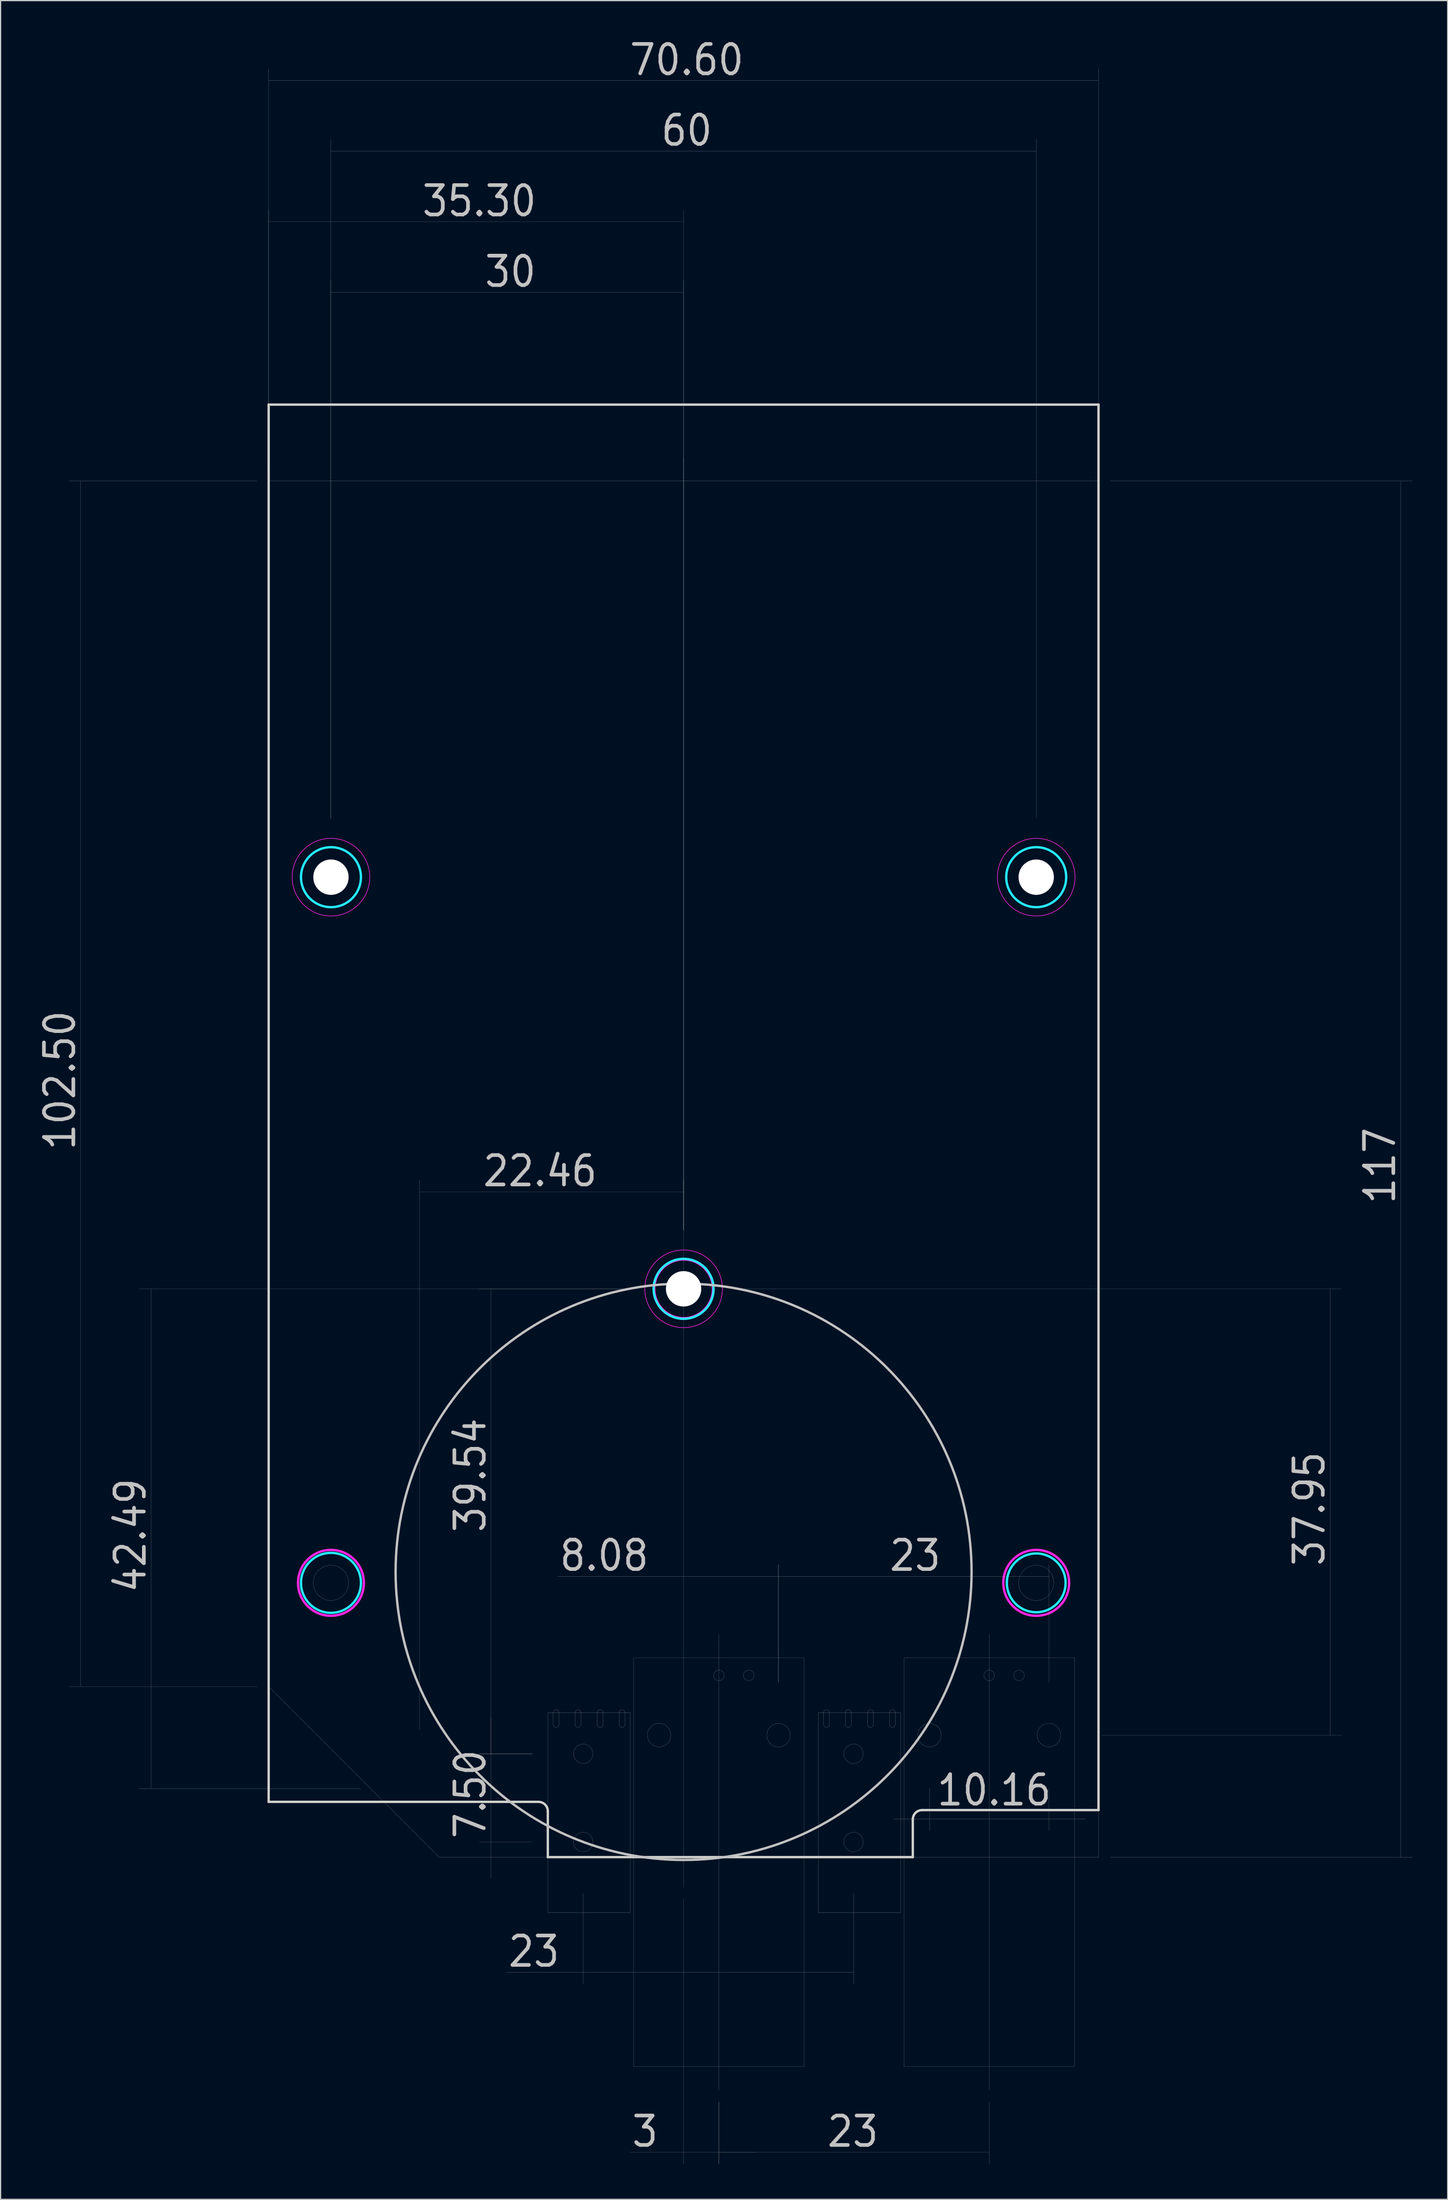
<source format=kicad_pcb>
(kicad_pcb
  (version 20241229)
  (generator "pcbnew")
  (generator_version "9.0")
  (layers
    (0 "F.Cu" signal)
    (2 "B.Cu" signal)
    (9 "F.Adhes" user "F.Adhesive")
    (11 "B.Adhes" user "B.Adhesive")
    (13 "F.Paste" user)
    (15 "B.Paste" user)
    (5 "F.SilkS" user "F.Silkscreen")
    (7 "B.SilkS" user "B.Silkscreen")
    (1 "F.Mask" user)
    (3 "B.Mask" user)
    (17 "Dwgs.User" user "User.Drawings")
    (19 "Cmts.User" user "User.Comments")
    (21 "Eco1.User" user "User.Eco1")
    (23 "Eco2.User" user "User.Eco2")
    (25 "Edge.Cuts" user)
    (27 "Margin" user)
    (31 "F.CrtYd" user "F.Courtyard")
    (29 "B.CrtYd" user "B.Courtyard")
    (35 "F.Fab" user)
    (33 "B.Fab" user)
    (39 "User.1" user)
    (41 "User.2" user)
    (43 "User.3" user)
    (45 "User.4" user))
  (footprint "biggerPCB"
    (layer "F.Cu")
    (at 16.307 154.852)
    (property "Reference" "biggerPCB" (at 5.4 -2.95 0) (layer "Eco1.User") (effects (font (size 0.6 0.6) (thickness 0.1))))
    (attr exclude_from_pos_files exclude_from_bom)
    (fp_line (start -12.5 -117) (end -12.5 -14.5) (stroke (width 0.01) (type solid)) (layer "Dwgs.User"))
    (fp_line (start -6.5 -5.835) (end -6.5 -48.32) (stroke (width 0.01) (type solid)) (layer "Dwgs.User"))
    (fp_line (start 2.5 -117) (end -13.5 -117) (stroke (width 0.01) (type solid)) (layer "Dwgs.User"))
    (fp_line (start 2.5 -14.5) (end -13.5 -14.5) (stroke (width 0.01) (type solid)) (layer "Dwgs.User"))
    (fp_line (start 3.5 -118) (end 3.5 -152.045) (stroke (width 0.01) (type solid)) (layer "Dwgs.User"))
    (fp_line (start 3.5 -118) (end 3.5 -140.045) (stroke (width 0.01) (type solid)) (layer "Dwgs.User"))
    (fp_line (start 3.5 -117) (end 3.5 -14.5) (stroke (width 0.01) (type solid)) (layer "Dwgs.User"))
    (fp_line (start 3.5 -14.5) (end 18 -0.000001) (stroke (width 0.01) (type solid)) (layer "Dwgs.User"))
    (fp_line (start 8.8 -145.045) (end 68.8 -145.045) (stroke (width 0.01) (type solid)) (layer "Dwgs.User"))
    (fp_line (start 8.8 -133.045) (end 38.8 -133.045) (stroke (width 0.01) (type solid)) (layer "Dwgs.User"))
    (fp_line (start 8.8 -88.32) (end 8.8 -146.045) (stroke (width 0.01) (type solid)) (layer "Dwgs.User"))
    (fp_line (start 8.8 -88.32) (end 8.8 -134.045) (stroke (width 0.01) (type solid)) (layer "Dwgs.User"))
    (fp_line (start 11.335 -5.835) (end -7.5 -5.835) (stroke (width 0.01) (type solid)) (layer "Dwgs.User"))
    (fp_line (start 16.335 -10.835) (end 16.335 -57.574) (stroke (width 0.01) (type solid)) (layer "Dwgs.User"))
    (fp_line (start 18 -0.000001) (end 74.1 -0.000001) (stroke (width 0.01) (type solid)) (layer "Dwgs.User"))
    (fp_line (start 22.418 -48.32) (end 22.418 -8.785) (stroke (width 0.01) (type solid)) (layer "Dwgs.User"))
    (fp_line (start 22.418 -8.785) (end 22.418 -11.885) (stroke (width 0.01) (type solid)) (layer "Dwgs.User"))
    (fp_line (start 22.418 -1.285) (end 22.418 -8.785) (stroke (width 0.01) (type solid)) (layer "Dwgs.User"))
    (fp_line (start 22.418 -1.285) (end 22.418 1.815) (stroke (width 0.01) (type solid)) (layer "Dwgs.User"))
    (fp_line (start 25.935 -8.785) (end 21.418 -8.785) (stroke (width 0.01) (type solid)) (layer "Dwgs.User"))
    (fp_line (start 25.935 -8.785) (end 21.418 -8.785) (stroke (width 0.01) (type solid)) (layer "Dwgs.User"))
    (fp_line (start 25.935 -1.285) (end 21.418 -1.285) (stroke (width 0.01) (type solid)) (layer "Dwgs.User"))
    (fp_line (start 27.26 -12.285) (end 27.26 4.715) (stroke (width 0.01) (type solid)) (layer "Dwgs.User"))
    (fp_line (start 27.26 -12.285) (end 34.26 -12.285) (stroke (width 0.01) (type solid)) (layer "Dwgs.User"))
    (fp_line (start 27.26 4.715) (end 34.26 4.715) (stroke (width 0.01) (type solid)) (layer "Dwgs.User"))
    (fp_line (start 27.71 -12.285) (end 27.71 -11.285) (stroke (width 0.01) (type solid)) (layer "Dwgs.User"))
    (fp_line (start 28.21 -11.285) (end 28.21 -12.285) (stroke (width 0.01) (type solid)) (layer "Dwgs.User"))
    (fp_line (start 29.56 -12.285) (end 29.56 -11.285) (stroke (width 0.01) (type solid)) (layer "Dwgs.User"))
    (fp_line (start 30.06 -11.285) (end 30.06 -12.285) (stroke (width 0.01) (type solid)) (layer "Dwgs.User"))
    (fp_line (start 30.26 3.04) (end 30.26 10.785) (stroke (width 0.01) (type solid)) (layer "Dwgs.User"))
    (fp_line (start 30.26 9.785) (end 23.717 9.785) (stroke (width 0.01) (type solid)) (layer "Dwgs.User"))
    (fp_line (start 30.26 9.785) (end 53.26 9.785) (stroke (width 0.01) (type solid)) (layer "Dwgs.User"))
    (fp_line (start 31.46 -12.285) (end 31.46 -11.285) (stroke (width 0.01) (type solid)) (layer "Dwgs.User"))
    (fp_line (start 31.96 -11.285) (end 31.96 -12.285) (stroke (width 0.01) (type solid)) (layer "Dwgs.User"))
    (fp_line (start 33.31 -12.285) (end 33.31 -11.285) (stroke (width 0.01) (type solid)) (layer "Dwgs.User"))
    (fp_line (start 33.8 -48.32) (end -7.5 -48.32) (stroke (width 0.01) (type solid)) (layer "Dwgs.User"))
    (fp_line (start 33.8 -48.32) (end 21.418 -48.32) (stroke (width 0.01) (type solid)) (layer "Dwgs.User"))
    (fp_line (start 33.81 -11.285) (end 33.81 -12.285) (stroke (width 0.01) (type solid)) (layer "Dwgs.User"))
    (fp_line (start 34.26 -12.285) (end 34.26 4.715) (stroke (width 0.01) (type solid)) (layer "Dwgs.User"))
    (fp_line (start 34.55 -16.935) (end 34.55 17.815) (stroke (width 0.01) (type solid)) (layer "Dwgs.User"))
    (fp_line (start 34.55 -16.935) (end 49.05 -16.935) (stroke (width 0.01) (type solid)) (layer "Dwgs.User"))
    (fp_line (start 34.55 17.815) (end 49.05 17.815) (stroke (width 0.01) (type solid)) (layer "Dwgs.User"))
    (fp_line (start 38.8 -139.045) (end 3.5 -139.045) (stroke (width 0.01) (type solid)) (layer "Dwgs.User"))
    (fp_line (start 38.8 -56.574) (end 16.335 -56.574) (stroke (width 0.01) (type solid)) (layer "Dwgs.User"))
    (fp_line (start 38.8 -53.32) (end 38.8 -140.045) (stroke (width 0.01) (type solid)) (layer "Dwgs.User"))
    (fp_line (start 38.8 -53.32) (end 38.8 -134.045) (stroke (width 0.01) (type solid)) (layer "Dwgs.User"))
    (fp_line (start 38.8 -53.32) (end 38.8 -57.574) (stroke (width 0.01) (type solid)) (layer "Dwgs.User"))
    (fp_line (start 38.8 -23.874) (end 28.09 -23.874) (stroke (width 0.01) (type solid)) (layer "Dwgs.User"))
    (fp_line (start 38.8 2.573) (end 38.8 -119) (stroke (width 0.01) (type solid)) (layer "Dwgs.User"))
    (fp_line (start 38.8 3.573) (end 38.8 26.092) (stroke (width 0.01) (type solid)) (layer "Dwgs.User"))
    (fp_line (start 38.8 25.092) (end 34.243 25.092) (stroke (width 0.01) (type solid)) (layer "Dwgs.User"))
    (fp_line (start 38.8 25.092) (end 41.8 25.092) (stroke (width 0.01) (type solid)) (layer "Dwgs.User"))
    (fp_line (start 41.8 -18.935) (end 41.8 19.81) (stroke (width 0.01) (type solid)) (layer "Dwgs.User"))
    (fp_line (start 41.8 20.81) (end 41.8 26.092) (stroke (width 0.01) (type solid)) (layer "Dwgs.User"))
    (fp_line (start 41.8 20.81) (end 41.8 26.092) (stroke (width 0.01) (type solid)) (layer "Dwgs.User"))
    (fp_line (start 41.8 25.092) (end 44.9 25.092) (stroke (width 0.01) (type solid)) (layer "Dwgs.User"))
    (fp_line (start 41.8 25.092) (end 64.8 25.092) (stroke (width 0.01) (type solid)) (layer "Dwgs.User"))
    (fp_line (start 43.8 -48.32) (end 94.8 -48.32) (stroke (width 0.01) (type solid)) (layer "Dwgs.User"))
    (fp_line (start 46.88 -23.874) (end 38.8 -23.874) (stroke (width 0.01) (type solid)) (layer "Dwgs.User"))
    (fp_line (start 46.88 -23.874) (end 69.88 -23.874) (stroke (width 0.01) (type solid)) (layer "Dwgs.User"))
    (fp_line (start 46.88 -14.87) (end 46.88 -24.874) (stroke (width 0.01) (type solid)) (layer "Dwgs.User"))
    (fp_line (start 46.88 -14.87) (end 46.88 -24.874) (stroke (width 0.01) (type solid)) (layer "Dwgs.User"))
    (fp_line (start 49.05 -16.935) (end 49.05 17.815) (stroke (width 0.01) (type solid)) (layer "Dwgs.User"))
    (fp_line (start 50.26 -12.285) (end 50.26 4.715) (stroke (width 0.01) (type solid)) (layer "Dwgs.User"))
    (fp_line (start 50.26 -12.285) (end 57.26 -12.285) (stroke (width 0.01) (type solid)) (layer "Dwgs.User"))
    (fp_line (start 50.26 4.715) (end 57.26 4.715) (stroke (width 0.01) (type solid)) (layer "Dwgs.User"))
    (fp_line (start 50.71 -12.285) (end 50.71 -11.285) (stroke (width 0.01) (type solid)) (layer "Dwgs.User"))
    (fp_line (start 51.21 -11.285) (end 51.21 -12.285) (stroke (width 0.01) (type solid)) (layer "Dwgs.User"))
    (fp_line (start 52.56 -12.285) (end 52.56 -11.285) (stroke (width 0.01) (type solid)) (layer "Dwgs.User"))
    (fp_line (start 53.06 -11.285) (end 53.06 -12.285) (stroke (width 0.01) (type solid)) (layer "Dwgs.User"))
    (fp_line (start 53.26 3.04) (end 53.26 10.785) (stroke (width 0.01) (type solid)) (layer "Dwgs.User"))
    (fp_line (start 54.46 -12.285) (end 54.46 -11.285) (stroke (width 0.01) (type solid)) (layer "Dwgs.User"))
    (fp_line (start 54.96 -11.285) (end 54.96 -12.285) (stroke (width 0.01) (type solid)) (layer "Dwgs.User"))
    (fp_line (start 56.31 -12.285) (end 56.31 -11.285) (stroke (width 0.01) (type solid)) (layer "Dwgs.User"))
    (fp_line (start 56.81 -11.285) (end 56.81 -12.285) (stroke (width 0.01) (type solid)) (layer "Dwgs.User"))
    (fp_line (start 57.26 -12.285) (end 57.26 4.715) (stroke (width 0.01) (type solid)) (layer "Dwgs.User"))
    (fp_line (start 57.55 -16.935) (end 57.55 17.815) (stroke (width 0.01) (type solid)) (layer "Dwgs.User"))
    (fp_line (start 57.55 -16.935) (end 72.05 -16.935) (stroke (width 0.01) (type solid)) (layer "Dwgs.User"))
    (fp_line (start 57.55 17.815) (end 72.05 17.815) (stroke (width 0.01) (type solid)) (layer "Dwgs.User"))
    (fp_line (start 59.72 -5.87) (end 59.72 -2.228) (stroke (width 0.01) (type solid)) (layer "Dwgs.User"))
    (fp_line (start 59.72 -3.228) (end 56.62 -3.228) (stroke (width 0.01) (type solid)) (layer "Dwgs.User"))
    (fp_line (start 59.72 -3.228) (end 69.88 -3.228) (stroke (width 0.01) (type solid)) (layer "Dwgs.User"))
    (fp_line (start 64.8 -18.935) (end 64.8 19.81) (stroke (width 0.01) (type solid)) (layer "Dwgs.User"))
    (fp_line (start 64.8 20.81) (end 64.8 26.092) (stroke (width 0.01) (type solid)) (layer "Dwgs.User"))
    (fp_line (start 68.8 -88.32) (end 68.8 -146.045) (stroke (width 0.01) (type solid)) (layer "Dwgs.User"))
    (fp_line (start 69.88 -14.87) (end 69.88 -24.874) (stroke (width 0.01) (type solid)) (layer "Dwgs.User"))
    (fp_line (start 69.88 -5.87) (end 69.88 -2.228) (stroke (width 0.01) (type solid)) (layer "Dwgs.User"))
    (fp_line (start 69.88 -3.228) (end 72.98 -3.228) (stroke (width 0.01) (type solid)) (layer "Dwgs.User"))
    (fp_line (start 72.05 -16.935) (end 72.05 17.815) (stroke (width 0.01) (type solid)) (layer "Dwgs.User"))
    (fp_line (start 74.1 -151.045) (end 3.5 -151.045) (stroke (width 0.01) (type solid)) (layer "Dwgs.User"))
    (fp_line (start 74.1 -118) (end 74.1 -152.045) (stroke (width 0.01) (type solid)) (layer "Dwgs.User"))
    (fp_line (start 74.1 -117) (end 3.5 -117) (stroke (width 0.01) (type solid)) (layer "Dwgs.User"))
    (fp_line (start 74.1 -0.000001) (end 74.1 -117) (stroke (width 0.01) (type solid)) (layer "Dwgs.User"))
    (fp_line (start 74.38 -10.37) (end 94.8 -10.37) (stroke (width 0.01) (type solid)) (layer "Dwgs.User"))
    (fp_line (start 75.1 -117) (end 100.8 -117) (stroke (width 0.01) (type solid)) (layer "Dwgs.User"))
    (fp_line (start 75.1 0) (end 100.8 0) (stroke (width 0.01) (type solid)) (layer "Dwgs.User"))
    (fp_line (start 93.8 -48.32) (end 93.8 -10.37) (stroke (width 0.01) (type solid)) (layer "Dwgs.User"))
    (fp_line (start 99.8 0) (end 99.8 -117) (stroke (width 0.01) (type solid)) (layer "Dwgs.User"))
    (fp_arc (start 27.71 -12.285) (mid 27.96 -12.535) (end 28.21 -12.285) (stroke (width 0.01) (type solid)) (layer "Dwgs.User"))
    (fp_arc (start 28.21 -11.285) (mid 27.96 -11.035) (end 27.71 -11.285) (stroke (width 0.01) (type solid)) (layer "Dwgs.User"))
    (fp_arc (start 29.56 -12.285) (mid 29.81 -12.535) (end 30.06 -12.285) (stroke (width 0.01) (type solid)) (layer "Dwgs.User"))
    (fp_arc (start 30.06 -11.285) (mid 29.81 -11.035) (end 29.56 -11.285) (stroke (width 0.01) (type solid)) (layer "Dwgs.User"))
    (fp_arc (start 31.46 -12.285) (mid 31.71 -12.535) (end 31.96 -12.285) (stroke (width 0.01) (type solid)) (layer "Dwgs.User"))
    (fp_arc (start 31.96 -11.285) (mid 31.71 -11.035) (end 31.46 -11.285) (stroke (width 0.01) (type solid)) (layer "Dwgs.User"))
    (fp_arc (start 33.31 -12.285) (mid 33.56 -12.535) (end 33.81 -12.285) (stroke (width 0.01) (type solid)) (layer "Dwgs.User"))
    (fp_arc (start 33.81 -11.285) (mid 33.56 -11.035) (end 33.31 -11.285) (stroke (width 0.01) (type solid)) (layer "Dwgs.User"))
    (fp_arc (start 50.71 -12.285) (mid 50.96 -12.535) (end 51.21 -12.285) (stroke (width 0.01) (type solid)) (layer "Dwgs.User"))
    (fp_arc (start 51.21 -11.285) (mid 50.96 -11.035) (end 50.71 -11.285) (stroke (width 0.01) (type solid)) (layer "Dwgs.User"))
    (fp_arc (start 52.56 -12.285) (mid 52.81 -12.535) (end 53.06 -12.285) (stroke (width 0.01) (type solid)) (layer "Dwgs.User"))
    (fp_arc (start 53.06 -11.285) (mid 52.81 -11.035) (end 52.56 -11.285) (stroke (width 0.01) (type solid)) (layer "Dwgs.User"))
    (fp_arc (start 54.46 -12.285) (mid 54.71 -12.535) (end 54.96 -12.285) (stroke (width 0.01) (type solid)) (layer "Dwgs.User"))
    (fp_arc (start 54.96 -11.285) (mid 54.71 -11.035) (end 54.46 -11.285) (stroke (width 0.01) (type solid)) (layer "Dwgs.User"))
    (fp_arc (start 56.31 -12.285) (mid 56.56 -12.535) (end 56.81 -12.285) (stroke (width 0.01) (type solid)) (layer "Dwgs.User"))
    (fp_arc (start 56.81 -11.285) (mid 56.56 -11.035) (end 56.31 -11.285) (stroke (width 0.01) (type solid)) (layer "Dwgs.User"))
    (fp_circle (center 8.8 -83.32) (end 10.3 -83.32) (stroke (width 0.01) (type solid)) (fill no) (layer "Dwgs.User"))
    (fp_circle (center 8.8 -23.32) (end 10.3 -23.32) (stroke (width 0.01) (type solid)) (fill no) (layer "Dwgs.User"))
    (fp_circle (center 30.26 -8.785) (end 31.085 -8.785) (stroke (width 0.01) (type solid)) (fill no) (layer "Dwgs.User"))
    (fp_circle (center 30.26 -1.285) (end 31.085 -1.285) (stroke (width 0.01) (type solid)) (fill no) (layer "Dwgs.User"))
    (fp_circle (center 36.72 -10.37) (end 37.72 -10.37) (stroke (width 0.01) (type solid)) (fill no) (layer "Dwgs.User"))
    (fp_circle (center 38.8 -48.32) (end 40.3 -48.32) (stroke (width 0.01) (type solid)) (fill no) (layer "Dwgs.User"))
    (fp_circle (center 38.8 -24.259) (end 63.3 -24.259) (stroke (width 0.2) (type solid)) (fill no) (layer "Dwgs.User"))
    (fp_circle (center 41.8 -15.45) (end 42.25 -15.45) (stroke (width 0.01) (type solid)) (fill no) (layer "Dwgs.User"))
    (fp_circle (center 44.34 -15.45) (end 44.79 -15.45) (stroke (width 0.01) (type solid)) (fill no) (layer "Dwgs.User"))
    (fp_circle (center 46.88 -10.37) (end 47.88 -10.37) (stroke (width 0.01) (type solid)) (fill no) (layer "Dwgs.User"))
    (fp_circle (center 53.26 -8.785) (end 54.085 -8.785) (stroke (width 0.01) (type solid)) (fill no) (layer "Dwgs.User"))
    (fp_circle (center 53.26 -1.285) (end 54.085 -1.285) (stroke (width 0.01) (type solid)) (fill no) (layer "Dwgs.User"))
    (fp_circle (center 59.72 -10.37) (end 60.72 -10.37) (stroke (width 0.01) (type solid)) (fill no) (layer "Dwgs.User"))
    (fp_circle (center 64.8 -15.45) (end 65.25 -15.45) (stroke (width 0.01) (type solid)) (fill no) (layer "Dwgs.User"))
    (fp_circle (center 67.34 -15.45) (end 67.79 -15.45) (stroke (width 0.01) (type solid)) (fill no) (layer "Dwgs.User"))
    (fp_circle (center 68.8 -83.32) (end 70.3 -83.32) (stroke (width 0.01) (type solid)) (fill no) (layer "Dwgs.User"))
    (fp_circle (center 68.8 -23.32) (end 70.3 -23.32) (stroke (width 0.01) (type solid)) (fill no) (layer "Dwgs.User"))
    (fp_circle (center 69.88 -10.37) (end 70.88 -10.37) (stroke (width 0.01) (type solid)) (fill no) (layer "Dwgs.User"))
    (fp_line (start 3.5 -123.5) (end 3.5 -4.7) (stroke (width 0.2) (type solid)) (layer "Edge.Cuts"))
    (fp_line (start 3.5 -4.7) (end 26.45 -4.7) (stroke (width 0.2) (type solid)) (layer "Edge.Cuts"))
    (fp_line (start 27.25 0) (end 27.25 -3.9) (stroke (width 0.2) (type solid)) (layer "Edge.Cuts"))
    (fp_line (start 27.25 0) (end 58.3 0) (stroke (width 0.2) (type solid)) (layer "Edge.Cuts"))
    (fp_line (start 58.3 0) (end 58.3 -3.2) (stroke (width 0.2) (type solid)) (layer "Edge.Cuts"))
    (fp_line (start 59.1 -4) (end 74.1 -4) (stroke (width 0.2) (type solid)) (layer "Edge.Cuts"))
    (fp_line (start 74.1 -123.5) (end 3.5 -123.5) (stroke (width 0.2) (type solid)) (layer "Edge.Cuts"))
    (fp_line (start 74.1 -4) (end 74.1 -123.5) (stroke (width 0.2) (type solid)) (layer "Edge.Cuts"))
    (fp_arc (start 26.45 -4.7) (mid 27.015685 -4.465685) (end 27.25 -3.9) (stroke (width 0.2) (type solid)) (layer "Edge.Cuts"))
    (fp_arc (start 58.3 -3.2) (mid 58.534315 -3.765685) (end 59.1 -4) (stroke (width 0.2) (type solid)) (layer "Edge.Cuts"))
    (fp_circle (center 8.8 -83.32) (end 11.35 -83.32) (stroke (width 0.2) (type solid)) (fill no) (layer "B.CrtYd"))
    (fp_circle (center 8.8 -23.32) (end 11.35 -23.32) (stroke (width 0.2) (type solid)) (fill no) (layer "B.CrtYd"))
    (fp_circle (center 38.8 -48.32) (end 41.35 -48.32) (stroke (width 0.2) (type solid)) (fill no) (layer "B.CrtYd"))
    (fp_circle (center 68.8 -83.32) (end 71.35 -83.32) (stroke (width 0.2) (type solid)) (fill no) (layer "B.CrtYd"))
    (fp_circle (center 68.8 -23.32) (end 71.3 -23.32) (stroke (width 0.2) (type solid)) (fill no) (layer "B.CrtYd"))
    (fp_circle (center 8.8 -83.32) (end 12.1 -83.32) (stroke (width 0.05) (type solid)) (fill no) (layer "F.CrtYd"))
    (fp_circle (center 8.8 -23.32) (end 11.6 -23.32) (stroke (width 0.2) (type solid)) (fill no) (layer "F.CrtYd"))
    (fp_circle (center 38.8 -48.32) (end 41.3 -48.32) (stroke (width 0.2) (type solid)) (fill no) (layer "F.CrtYd"))
    (fp_circle (center 38.8 -48.32) (end 42.1 -48.32) (stroke (width 0.05) (type solid)) (fill no) (layer "F.CrtYd"))
    (fp_circle (center 68.8 -83.32) (end 72.1 -83.32) (stroke (width 0.05) (type solid)) (fill no) (layer "F.CrtYd"))
    (fp_circle (center 68.8 -23.32) (end 71.6 -23.32) (stroke (width 0.2) (type solid)) (fill no) (layer "F.CrtYd"))
    (fp_text user "23" (at 56.15 -27.097 0) (layer "Dwgs.User") (effects (font (size 2.5 2.25) (thickness 0.312)) (justify left top)))
    (fp_text user "3" (at 34.243 21.869 0) (layer "Dwgs.User") (effects (font (size 2.5 2.25) (thickness 0.312)) (justify left top)))
    (fp_text user "102.50" (at -15.723 -59.955 90) (layer "Dwgs.User") (effects (font (size 2.5 2.25) (thickness 0.312)) (justify left top)))
    (fp_text user "7.50" (at 19.196 -1.403 90) (layer "Dwgs.User") (effects (font (size 2.5 2.25) (thickness 0.312)) (justify left top)))
    (fp_text user "23" (at 50.851 21.869 0) (layer "Dwgs.User") (effects (font (size 2.5 2.25) (thickness 0.312)) (justify left top)))
    (fp_text user "117" (at 96.577 -55.38 90) (layer "Dwgs.User") (effects (font (size 2.5 2.25) (thickness 0.312)) (justify left top)))
    (fp_text user "23" (at 23.717 6.562 0) (layer "Dwgs.User") (effects (font (size 2.5 2.25) (thickness 0.312)) (justify left top)))
    (fp_text user "70.60" (at 34.045 -154.268 0) (layer "Dwgs.User") (effects (font (size 2.5 2.25) (thickness 0.312)) (justify left top)))
    (fp_text user "60" (at 36.72 -148.268 0) (layer "Dwgs.User") (effects (font (size 2.5 2.25) (thickness 0.312)) (justify left top)))
    (fp_text user "8.08" (at 28.09 -27.097 0) (layer "Dwgs.User") (effects (font (size 2.5 2.25) (thickness 0.312)) (justify left top)))
    (fp_text user "42.49" (at -9.723 -22.322 90) (layer "Dwgs.User") (effects (font (size 2.5 2.25) (thickness 0.312)) (justify left top)))
    (fp_text user "35.30" (at 16.395 -142.268 0) (layer "Dwgs.User") (effects (font (size 2.5 2.25) (thickness 0.312)) (justify left top)))
    (fp_text user "22.46" (at 21.561 -59.796 0) (layer "Dwgs.User") (effects (font (size 2.5 2.25) (thickness 0.312)) (justify left top)))
    (fp_text user "39.54" (at 19.196 -27.443 90) (layer "Dwgs.User") (effects (font (size 2.5 2.25) (thickness 0.312)) (justify left top)))
    (fp_text user "10.16" (at 60.2 -7.15 0) (layer "Dwgs.User") (effects (font (size 2.5 2.25) (thickness 0.312)) (justify left top)))
    (fp_text user "37.95" (at 90.577 -24.59 90) (layer "Dwgs.User") (effects (font (size 2.5 2.25) (thickness 0.312)) (justify left top)))
    (fp_text user "30" (at 21.72 -136.268 0) (layer "Dwgs.User") (effects (font (size 2.5 2.25) (thickness 0.312)) (justify left top)))
    (pad "" np_thru_hole circle (at 8.8 -83.32) (size 3 3) (drill 3) (layers "*.Cu" "*.Mask"))
    (pad "" np_thru_hole circle (at 38.8 -48.32) (size 3 3) (drill 3) (layers "*.Cu" "*.Mask"))
    (pad "" np_thru_hole circle (at 68.8 -83.32) (size 3 3) (drill 3) (layers "*.Cu" "*.Mask")))
  (gr_rect
    (start -3 -3)
    (end 120.112 183.949)
    (stroke (width 0.1) (type default))
    (fill no)
    (layer "Edge.Cuts")))
</source>
